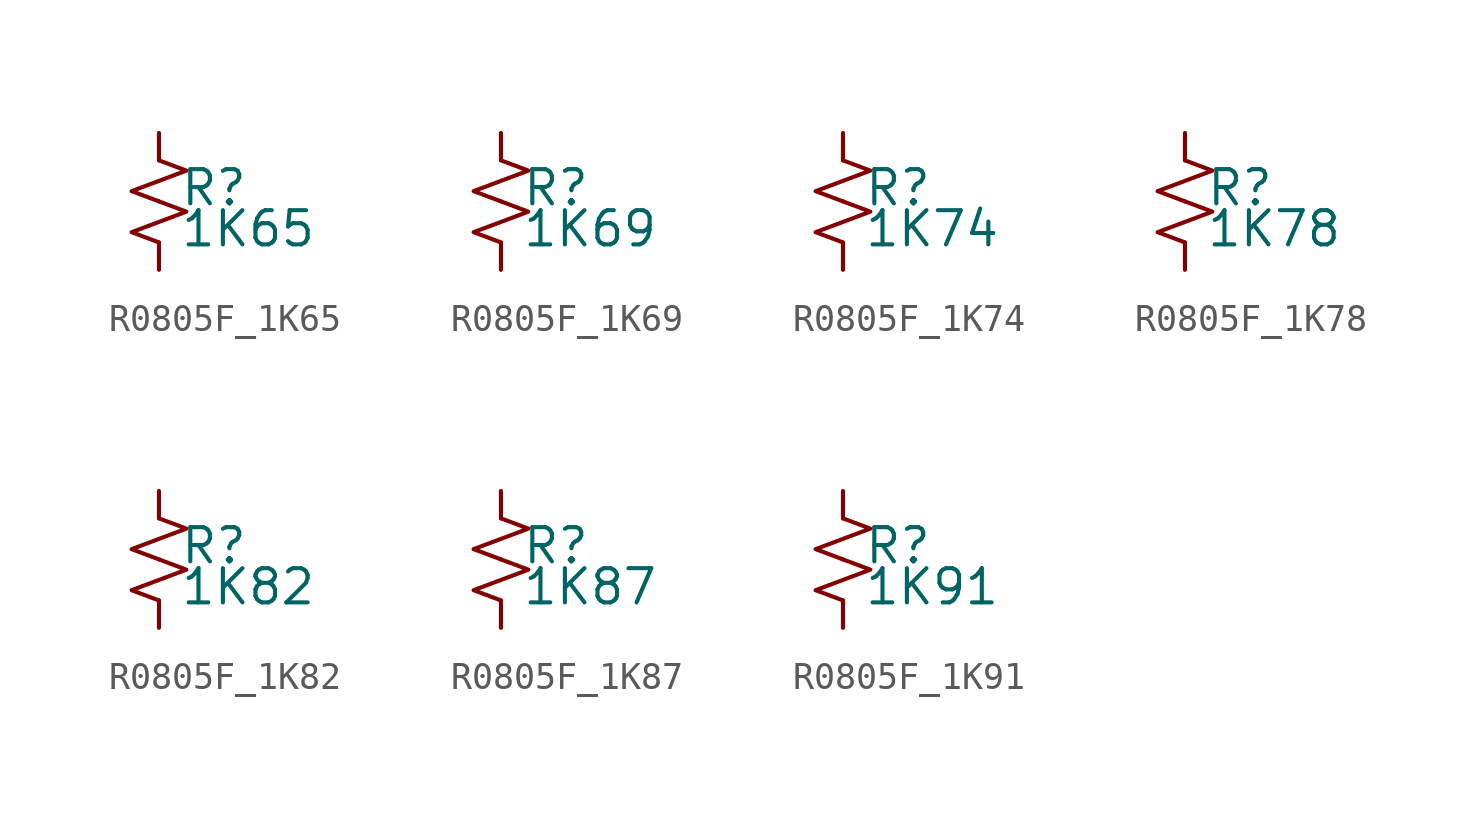
<source format=kicad_sym>
(kicad_symbol_lib
  (version 20220914)
  (generator kicad_symbol_editor)
  (symbol "R0805F_1K65"
    (pin_numbers hide)
    (pin_names
      (offset 0.254) hide)
    (property "Reference" "R"
      (at 0.762 0.508 0)
      (effects (font (size 1.27 1.27)) (justify left)))
    (property "Value" "1K65"
      (at 0.762 -1.016 0)
      (effects (font (size 1.27 1.27)) (justify left)))
    (symbol "R0805F_1K65_1_1"
      (polyline (pts (xy 0 0) (xy 1.016 -0.381) (xy 0 -0.762) (xy -1.016 -1.143) (xy 0 -1.524)) (stroke (width 0) (type default)) (fill (type none)))
      (polyline (pts (xy 0 1.524) (xy 1.016 1.143) (xy 0 0.762) (xy -1.016 0.381) (xy 0 0)) (stroke (width 0) (type default)) (fill (type none)))
      (pin passive line (at 0 2.54 270) (length 1.016) (name "~" (effects (font (size 1.27 1.27)))) (number "1" (effects (font (size 1.27 1.27)))))
      (pin passive line (at 0 -2.54 90) (length 1.016) (name "~" (effects (font (size 1.27 1.27)))) (number "2" (effects (font (size 1.27 1.27)))))))
  (symbol "R0805F_1K69"
    (pin_numbers hide)
    (pin_names
      (offset 0.254) hide)
    (property "Reference" "R"
      (at 0.762 0.508 0)
      (effects (font (size 1.27 1.27)) (justify left)))
    (property "Value" "1K69"
      (at 0.762 -1.016 0)
      (effects (font (size 1.27 1.27)) (justify left)))
    (symbol "R0805F_1K69_1_1"
      (polyline (pts (xy 0 0) (xy 1.016 -0.381) (xy 0 -0.762) (xy -1.016 -1.143) (xy 0 -1.524)) (stroke (width 0) (type default)) (fill (type none)))
      (polyline (pts (xy 0 1.524) (xy 1.016 1.143) (xy 0 0.762) (xy -1.016 0.381) (xy 0 0)) (stroke (width 0) (type default)) (fill (type none)))
      (pin passive line (at 0 2.54 270) (length 1.016) (name "~" (effects (font (size 1.27 1.27)))) (number "1" (effects (font (size 1.27 1.27)))))
      (pin passive line (at 0 -2.54 90) (length 1.016) (name "~" (effects (font (size 1.27 1.27)))) (number "2" (effects (font (size 1.27 1.27)))))))
  (symbol "R0805F_1K74"
    (pin_numbers hide)
    (pin_names
      (offset 0.254) hide)
    (property "Reference" "R"
      (at 0.762 0.508 0)
      (effects (font (size 1.27 1.27)) (justify left)))
    (property "Value" "1K74"
      (at 0.762 -1.016 0)
      (effects (font (size 1.27 1.27)) (justify left)))
    (symbol "R0805F_1K74_1_1"
      (polyline (pts (xy 0 0) (xy 1.016 -0.381) (xy 0 -0.762) (xy -1.016 -1.143) (xy 0 -1.524)) (stroke (width 0) (type default)) (fill (type none)))
      (polyline (pts (xy 0 1.524) (xy 1.016 1.143) (xy 0 0.762) (xy -1.016 0.381) (xy 0 0)) (stroke (width 0) (type default)) (fill (type none)))
      (pin passive line (at 0 2.54 270) (length 1.016) (name "~" (effects (font (size 1.27 1.27)))) (number "1" (effects (font (size 1.27 1.27)))))
      (pin passive line (at 0 -2.54 90) (length 1.016) (name "~" (effects (font (size 1.27 1.27)))) (number "2" (effects (font (size 1.27 1.27)))))))
  (symbol "R0805F_1K78"
    (pin_numbers hide)
    (pin_names
      (offset 0.254) hide)
    (property "Reference" "R"
      (at 0.762 0.508 0)
      (effects (font (size 1.27 1.27)) (justify left)))
    (property "Value" "1K78"
      (at 0.762 -1.016 0)
      (effects (font (size 1.27 1.27)) (justify left)))
    (symbol "R0805F_1K78_1_1"
      (polyline (pts (xy 0 0) (xy 1.016 -0.381) (xy 0 -0.762) (xy -1.016 -1.143) (xy 0 -1.524)) (stroke (width 0) (type default)) (fill (type none)))
      (polyline (pts (xy 0 1.524) (xy 1.016 1.143) (xy 0 0.762) (xy -1.016 0.381) (xy 0 0)) (stroke (width 0) (type default)) (fill (type none)))
      (pin passive line (at 0 2.54 270) (length 1.016) (name "~" (effects (font (size 1.27 1.27)))) (number "1" (effects (font (size 1.27 1.27)))))
      (pin passive line (at 0 -2.54 90) (length 1.016) (name "~" (effects (font (size 1.27 1.27)))) (number "2" (effects (font (size 1.27 1.27)))))))
  (symbol "R0805F_1K82"
    (pin_numbers hide)
    (pin_names
      (offset 0.254) hide)
    (property "Reference" "R"
      (at 0.762 0.508 0)
      (effects (font (size 1.27 1.27)) (justify left)))
    (property "Value" "1K82"
      (at 0.762 -1.016 0)
      (effects (font (size 1.27 1.27)) (justify left)))
    (symbol "R0805F_1K82_1_1"
      (polyline (pts (xy 0 0) (xy 1.016 -0.381) (xy 0 -0.762) (xy -1.016 -1.143) (xy 0 -1.524)) (stroke (width 0) (type default)) (fill (type none)))
      (polyline (pts (xy 0 1.524) (xy 1.016 1.143) (xy 0 0.762) (xy -1.016 0.381) (xy 0 0)) (stroke (width 0) (type default)) (fill (type none)))
      (pin passive line (at 0 2.54 270) (length 1.016) (name "~" (effects (font (size 1.27 1.27)))) (number "1" (effects (font (size 1.27 1.27)))))
      (pin passive line (at 0 -2.54 90) (length 1.016) (name "~" (effects (font (size 1.27 1.27)))) (number "2" (effects (font (size 1.27 1.27)))))))
  (symbol "R0805F_1K87"
    (pin_numbers hide)
    (pin_names
      (offset 0.254) hide)
    (property "Reference" "R"
      (at 0.762 0.508 0)
      (effects (font (size 1.27 1.27)) (justify left)))
    (property "Value" "1K87"
      (at 0.762 -1.016 0)
      (effects (font (size 1.27 1.27)) (justify left)))
    (symbol "R0805F_1K87_1_1"
      (polyline (pts (xy 0 0) (xy 1.016 -0.381) (xy 0 -0.762) (xy -1.016 -1.143) (xy 0 -1.524)) (stroke (width 0) (type default)) (fill (type none)))
      (polyline (pts (xy 0 1.524) (xy 1.016 1.143) (xy 0 0.762) (xy -1.016 0.381) (xy 0 0)) (stroke (width 0) (type default)) (fill (type none)))
      (pin passive line (at 0 2.54 270) (length 1.016) (name "~" (effects (font (size 1.27 1.27)))) (number "1" (effects (font (size 1.27 1.27)))))
      (pin passive line (at 0 -2.54 90) (length 1.016) (name "~" (effects (font (size 1.27 1.27)))) (number "2" (effects (font (size 1.27 1.27)))))))
  (symbol "R0805F_1K91"
    (pin_numbers hide)
    (pin_names
      (offset 0.254) hide)
    (property "Reference" "R"
      (at 0.762 0.508 0)
      (effects (font (size 1.27 1.27)) (justify left)))
    (property "Value" "1K91"
      (at 0.762 -1.016 0)
      (effects (font (size 1.27 1.27)) (justify left)))
    (symbol "R0805F_1K91_1_1"
      (polyline (pts (xy 0 0) (xy 1.016 -0.381) (xy 0 -0.762) (xy -1.016 -1.143) (xy 0 -1.524)) (stroke (width 0) (type default)) (fill (type none)))
      (polyline (pts (xy 0 1.524) (xy 1.016 1.143) (xy 0 0.762) (xy -1.016 0.381) (xy 0 0)) (stroke (width 0) (type default)) (fill (type none)))
      (pin passive line (at 0 2.54 270) (length 1.016) (name "~" (effects (font (size 1.27 1.27)))) (number "1" (effects (font (size 1.27 1.27)))))
      (pin passive line (at 0 -2.54 90) (length 1.016) (name "~" (effects (font (size 1.27 1.27)))) (number "2" (effects (font (size 1.27 1.27))))))))
</source>
